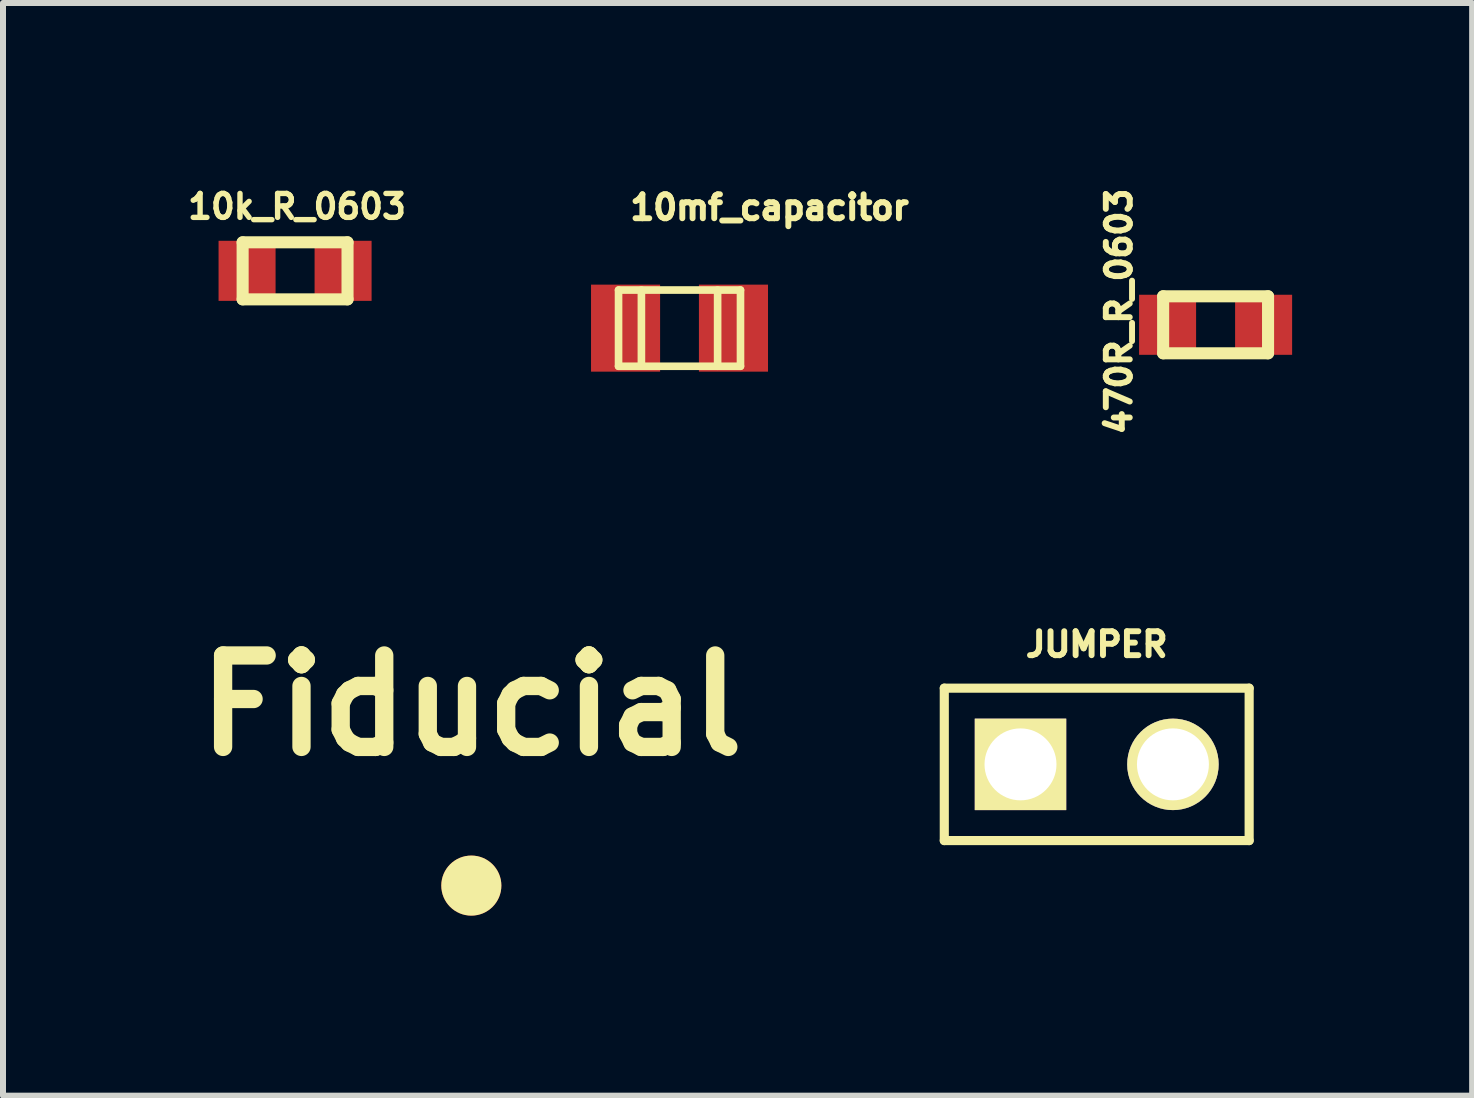
<source format=kicad_pcb>
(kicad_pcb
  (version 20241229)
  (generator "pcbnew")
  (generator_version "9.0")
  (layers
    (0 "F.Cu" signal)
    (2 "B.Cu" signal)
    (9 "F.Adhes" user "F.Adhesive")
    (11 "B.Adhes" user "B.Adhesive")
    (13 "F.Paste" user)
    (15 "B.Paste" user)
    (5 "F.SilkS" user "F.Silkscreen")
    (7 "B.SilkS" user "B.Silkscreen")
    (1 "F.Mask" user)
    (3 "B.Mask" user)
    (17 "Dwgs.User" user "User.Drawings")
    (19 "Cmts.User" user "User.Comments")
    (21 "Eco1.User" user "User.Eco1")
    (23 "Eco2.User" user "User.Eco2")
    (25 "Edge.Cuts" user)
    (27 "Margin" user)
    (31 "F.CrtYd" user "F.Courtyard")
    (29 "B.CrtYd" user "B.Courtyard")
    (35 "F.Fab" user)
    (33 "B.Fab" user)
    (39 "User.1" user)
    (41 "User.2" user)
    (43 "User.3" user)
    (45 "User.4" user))
  (footprint "10mf_capacitor"
    (layer "F.Cu")
    (at 8.273 2.418)
    (property "Reference" "10mf_capacitor" (at 1.5 -2.011 0) (layer "F.SilkS") (effects (font (size 0.399 0.399) (thickness 0.099))))
    (attr smd)
    (fp_line (start -1.016 -0.635) (end 1.016 -0.635) (stroke (width 0.127) (type solid)) (layer "F.SilkS"))
    (fp_line (start -1.016 0.635) (end -1.016 -0.635) (stroke (width 0.127) (type solid)) (layer "F.SilkS"))
    (fp_line (start -0.635 -0.635) (end -0.635 0.61) (stroke (width 0.127) (type solid)) (layer "F.SilkS"))
    (fp_line (start 0.635 -0.635) (end 0.635 0.635) (stroke (width 0.127) (type solid)) (layer "F.SilkS"))
    (fp_line (start 1.016 -0.635) (end 1.016 0.635) (stroke (width 0.127) (type solid)) (layer "F.SilkS"))
    (fp_line (start 1.016 0.635) (end -1.016 0.635) (stroke (width 0.127) (type solid)) (layer "F.SilkS"))
    (pad "1" smd rect (at 0.899 0) (size 1.151 1.45) (layers "F.Cu" "F.Mask" "F.Paste"))
    (pad "2" smd rect (at -0.899 0) (size 1.151 1.45) (layers "F.Cu" "F.Mask" "F.Paste")))
  (footprint "10k_R_0603"
    (layer "F.Cu")
    (at 1.867 1.463)
    (property "Reference" "10k_R_0603" (at 0.032 -1.071 0) (layer "F.SilkS") (effects (font (size 0.399 0.399) (thickness 0.09))))
    (attr smd)
    (fp_line (start -0.874 -0.475) (end 0.874 -0.475) (stroke (width 0.201) (type solid)) (layer "F.SilkS"))
    (fp_line (start -0.874 0.475) (end -0.874 -0.475) (stroke (width 0.201) (type solid)) (layer "F.SilkS"))
    (fp_line (start 0.874 -0.475) (end 0.874 0.475) (stroke (width 0.201) (type solid)) (layer "F.SilkS"))
    (fp_line (start 0.874 0.475) (end -0.874 0.475) (stroke (width 0.201) (type solid)) (layer "F.SilkS"))
    (pad "1" smd rect (at -0.8 0) (size 0.95 1.001) (layers "F.Cu" "F.Mask" "F.Paste"))
    (pad "2" smd rect (at 0.8 0) (size 0.95 1.001) (layers "F.Cu" "F.Mask" "F.Paste")))
  (footprint "470R_R_0603"
    (layer "F.Cu")
    (at 17.206 2.362)
    (property "Reference" "470R_R_0603" (at -1.61 -0.222 90) (layer "F.SilkS") (effects (font (size 0.399 0.399) (thickness 0.099))))
    (attr smd)
    (fp_line (start -0.874 -0.475) (end 0.874 -0.475) (stroke (width 0.201) (type solid)) (layer "F.SilkS"))
    (fp_line (start -0.874 0.475) (end -0.874 -0.475) (stroke (width 0.201) (type solid)) (layer "F.SilkS"))
    (fp_line (start 0.874 -0.475) (end 0.874 0.475) (stroke (width 0.201) (type solid)) (layer "F.SilkS"))
    (fp_line (start 0.874 0.475) (end -0.874 0.475) (stroke (width 0.201) (type solid)) (layer "F.SilkS"))
    (pad "1" smd rect (at -0.8 0) (size 0.95 1.001) (layers "F.Cu" "F.Mask" "F.Paste"))
    (pad "2" smd rect (at 0.8 0) (size 0.95 1.001) (layers "F.Cu" "F.Mask" "F.Paste")))
  (footprint "Fiducial"
    (layer "F.Cu")
    (at 4.804 11.707)
    (property "Reference" "Fiducial" (at 0 -3 0) (layer "F.SilkS") (effects (font (size 1.524 1.524) (thickness 0.305))))
    (attr smd)
    (pad "1" smd circle (at 0 0) (size 1.001 1.001) (layers "F.Cu" "F.Mask" "F.SilkS")))
  (footprint "JUMPER"
    (layer "F.Cu")
    (at 15.225 9.687)
    (property "Reference" "JUMPER" (at 0 -1.999 0) (layer "F.SilkS") (effects (font (size 0.399 0.399) (thickness 0.099))))
    (attr through_hole)
    (fp_line (start -2.54 -1.27) (end 2.54 -1.27) (stroke (width 0.152) (type solid)) (layer "F.SilkS"))
    (fp_line (start -2.54 1.27) (end -2.54 -1.27) (stroke (width 0.152) (type solid)) (layer "F.SilkS"))
    (fp_line (start 2.54 -1.27) (end 2.54 1.27) (stroke (width 0.152) (type solid)) (layer "F.SilkS"))
    (fp_line (start 2.54 1.27) (end -2.54 1.27) (stroke (width 0.152) (type solid)) (layer "F.SilkS"))
    (pad "1" thru_hole rect (at -1.27 0) (size 1.524 1.524) (drill 1.199) (layers "*.Cu" "*.Mask" "F.SilkS"))
    (pad "2" thru_hole circle (at 1.27 0) (size 1.524 1.524) (drill 1.199) (layers "*.Cu" "*.Mask" "F.SilkS")))
  (gr_rect
    (start -3 -3)
    (end 21.481 15.208)
    (stroke (width 0.1) (type default))
    (fill no)
    (layer "Edge.Cuts")))
</source>
